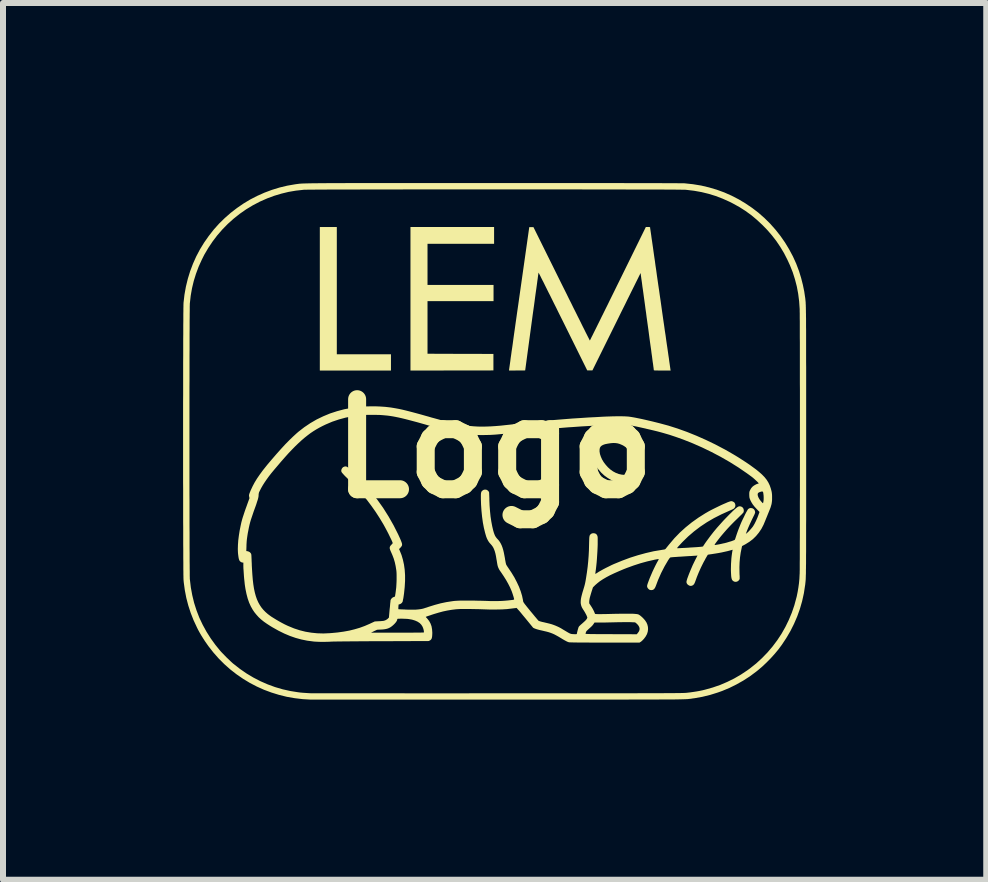
<source format=kicad_pcb>
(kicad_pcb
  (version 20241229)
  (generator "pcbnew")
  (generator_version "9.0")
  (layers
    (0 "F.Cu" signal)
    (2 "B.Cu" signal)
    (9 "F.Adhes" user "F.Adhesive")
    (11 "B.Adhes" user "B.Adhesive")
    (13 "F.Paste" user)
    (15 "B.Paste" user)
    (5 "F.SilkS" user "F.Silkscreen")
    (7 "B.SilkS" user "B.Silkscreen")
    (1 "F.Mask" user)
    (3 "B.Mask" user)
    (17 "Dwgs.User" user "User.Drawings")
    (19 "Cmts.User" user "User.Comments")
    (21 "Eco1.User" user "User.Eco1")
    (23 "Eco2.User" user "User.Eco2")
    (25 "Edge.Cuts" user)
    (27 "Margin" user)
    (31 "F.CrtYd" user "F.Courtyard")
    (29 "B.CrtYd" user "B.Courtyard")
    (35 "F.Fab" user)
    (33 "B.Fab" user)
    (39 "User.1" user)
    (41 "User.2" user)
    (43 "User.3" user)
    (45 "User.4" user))
  (footprint "Logo"
    (layer "F.Cu")
    (at 5.185 4.422)
    (property "Reference" "Logo" (at 0 0 0) (layer "F.SilkS") (effects (font (size 1.5 1.5) (thickness 0.3))))
    (attr board_only exclude_from_pos_files exclude_from_bom)
    (fp_poly (pts (xy -2.624 -2.63) (xy -2.624 -1.57) (xy -2.173 -1.57) (xy -1.722 -1.57) (xy -1.722 -1.435) (xy -1.722 -1.299) (xy -2.315 -1.299) (xy -2.907 -1.299) (xy -2.907 -2.495) (xy -2.907 -3.69) (xy -2.766 -3.69) (xy -2.624 -3.69)) (stroke (width 0) (type solid)) (fill yes) (layer "F.SilkS"))
    (fp_poly (pts (xy -0.004 -3.551) (xy -0.004 -3.411) (xy -0.559 -3.411) (xy -1.113 -3.411) (xy -1.113 -3.068) (xy -1.113 -2.725) (xy -0.563 -2.725) (xy -0.013 -2.725) (xy -0.013 -2.59) (xy -0.013 -2.455) (xy -0.563 -2.455) (xy -1.113 -2.455) (xy -1.113 -2.017) (xy -1.113 -1.579) (xy -0.564 -1.577) (xy -0.015 -1.576) (xy -0.015 -1.439) (xy -0.015 -1.301) (xy -0.706 -1.3) (xy -1.397 -1.299) (xy -1.397 -2.495) (xy -1.397 -3.69) (xy -0.7 -3.69) (xy -0.004 -3.69)) (stroke (width 0) (type solid)) (fill yes) (layer "F.SilkS"))
    (fp_poly (pts (xy 2.043 -0.231) (xy 2.075 -0.226) (xy 2.134 -0.21) (xy 2.19 -0.187) (xy 2.244 -0.156) (xy 2.297 -0.117) (xy 2.307 -0.108) (xy 2.329 -0.088) (xy 2.345 -0.07) (xy 2.354 -0.054) (xy 2.359 -0.037) (xy 2.36 -0.032) (xy 2.358 -0.011) (xy 2.35 0.009) (xy 2.335 0.025) (xy 2.317 0.037) (xy 2.296 0.042) (xy 2.293 0.042) (xy 2.279 0.041) (xy 2.267 0.038) (xy 2.254 0.031) (xy 2.239 0.02) (xy 2.224 0.007) (xy 2.199 -0.015) (xy 2.176 -0.031) (xy 2.155 -0.045) (xy 2.131 -0.058) (xy 2.119 -0.063) (xy 2.086 -0.077) (xy 2.053 -0.086) (xy 2.019 -0.091) (xy 1.982 -0.092) (xy 1.941 -0.089) (xy 1.895 -0.082) (xy 1.883 -0.08) (xy 1.844 -0.072) (xy 1.813 -0.061) (xy 1.789 -0.048) (xy 1.772 -0.033) (xy 1.76 -0.014) (xy 1.754 0.01) (xy 1.753 0.038) (xy 1.753 0.049) (xy 1.76 0.092) (xy 1.775 0.137) (xy 1.795 0.182) (xy 1.822 0.227) (xy 1.854 0.269) (xy 1.89 0.31) (xy 1.929 0.346) (xy 1.972 0.377) (xy 1.978 0.381) (xy 2.025 0.406) (xy 2.072 0.424) (xy 2.122 0.435) (xy 2.175 0.44) (xy 2.191 0.44) (xy 2.216 0.441) (xy 2.236 0.442) (xy 2.25 0.446) (xy 2.26 0.452) (xy 2.269 0.461) (xy 2.272 0.464) (xy 2.284 0.484) (xy 2.287 0.507) (xy 2.284 0.528) (xy 2.274 0.548) (xy 2.258 0.564) (xy 2.245 0.572) (xy 2.231 0.576) (xy 2.211 0.578) (xy 2.186 0.58) (xy 2.158 0.58) (xy 2.13 0.578) (xy 2.102 0.576) (xy 2.078 0.572) (xy 2.078 0.572) (xy 2.04 0.562) (xy 2.006 0.551) (xy 1.972 0.537) (xy 1.947 0.525) (xy 1.888 0.49) (xy 1.833 0.45) (xy 1.783 0.404) (xy 1.737 0.351) (xy 1.709 0.312) (xy 1.69 0.282) (xy 1.671 0.247) (xy 1.654 0.211) (xy 1.639 0.175) (xy 1.628 0.143) (xy 1.627 0.142) (xy 1.617 0.096) (xy 1.612 0.05) (xy 1.612 0.006) (xy 1.618 -0.035) (xy 1.621 -0.046) (xy 1.635 -0.083) (xy 1.657 -0.116) (xy 1.685 -0.145) (xy 1.72 -0.171) (xy 1.76 -0.192) (xy 1.804 -0.207) (xy 1.829 -0.213) (xy 1.89 -0.224) (xy 1.946 -0.231) (xy 1.998 -0.233)) (stroke (width 0) (type solid)) (fill yes) (layer "F.SilkS"))
    (fp_poly (pts (xy 2.575 -3.69) (xy 2.587 -3.689) (xy 2.594 -3.688) (xy 2.594 -3.688) (xy 2.595 -3.683) (xy 2.596 -3.671) (xy 2.599 -3.651) (xy 2.603 -3.624) (xy 2.608 -3.59) (xy 2.614 -3.549) (xy 2.62 -3.503) (xy 2.628 -3.451) (xy 2.636 -3.395) (xy 2.645 -3.333) (xy 2.654 -3.267) (xy 2.664 -3.197) (xy 2.675 -3.124) (xy 2.685 -3.048) (xy 2.697 -2.969) (xy 2.708 -2.887) (xy 2.72 -2.804) (xy 2.732 -2.72) (xy 2.745 -2.634) (xy 2.757 -2.548) (xy 2.77 -2.461) (xy 2.782 -2.375) (xy 2.794 -2.289) (xy 2.806 -2.205) (xy 2.818 -2.121) (xy 2.83 -2.04) (xy 2.841 -1.96) (xy 2.853 -1.884) (xy 2.863 -1.81) (xy 2.873 -1.74) (xy 2.883 -1.674) (xy 2.892 -1.611) (xy 2.9 -1.554) (xy 2.908 -1.502) (xy 2.914 -1.455) (xy 2.92 -1.414) (xy 2.925 -1.379) (xy 2.929 -1.351) (xy 2.932 -1.33) (xy 2.934 -1.316) (xy 2.935 -1.311) (xy 2.935 -1.311) (xy 2.938 -1.299) (xy 2.798 -1.299) (xy 2.755 -1.299) (xy 2.721 -1.3) (xy 2.694 -1.3) (xy 2.675 -1.301) (xy 2.663 -1.302) (xy 2.658 -1.303) (xy 2.658 -1.304) (xy 2.657 -1.308) (xy 2.655 -1.321) (xy 2.653 -1.341) (xy 2.649 -1.368) (xy 2.645 -1.401) (xy 2.639 -1.44) (xy 2.633 -1.485) (xy 2.627 -1.534) (xy 2.619 -1.588) (xy 2.612 -1.645) (xy 2.603 -1.707) (xy 2.594 -1.771) (xy 2.585 -1.837) (xy 2.576 -1.906) (xy 2.567 -1.975) (xy 2.557 -2.046) (xy 2.547 -2.118) (xy 2.537 -2.189) (xy 2.528 -2.26) (xy 2.518 -2.329) (xy 2.509 -2.398) (xy 2.5 -2.464) (xy 2.491 -2.528) (xy 2.483 -2.588) (xy 2.475 -2.646) (xy 2.467 -2.699) (xy 2.461 -2.748) (xy 2.455 -2.791) (xy 2.449 -2.83) (xy 2.445 -2.862) (xy 2.441 -2.888) (xy 2.439 -2.907) (xy 2.437 -2.919) (xy 2.436 -2.923) (xy 2.434 -2.919) (xy 2.429 -2.908) (xy 2.42 -2.89) (xy 2.408 -2.866) (xy 2.393 -2.835) (xy 2.375 -2.799) (xy 2.354 -2.757) (xy 2.331 -2.71) (xy 2.305 -2.658) (xy 2.277 -2.602) (xy 2.247 -2.541) (xy 2.215 -2.477) (xy 2.182 -2.409) (xy 2.147 -2.339) (xy 2.11 -2.265) (xy 2.073 -2.189) (xy 2.035 -2.112) (xy 1.634 -1.301) (xy 1.591 -1.301) (xy 1.548 -1.301) (xy 1.144 -2.117) (xy 1.105 -2.195) (xy 1.067 -2.271) (xy 1.031 -2.345) (xy 0.995 -2.416) (xy 0.962 -2.483) (xy 0.93 -2.548) (xy 0.899 -2.608) (xy 0.871 -2.665) (xy 0.845 -2.717) (xy 0.822 -2.764) (xy 0.8 -2.806) (xy 0.782 -2.842) (xy 0.767 -2.873) (xy 0.754 -2.898) (xy 0.745 -2.915) (xy 0.739 -2.927) (xy 0.737 -2.93) (xy 0.737 -2.93) (xy 0.736 -2.926) (xy 0.734 -2.914) (xy 0.731 -2.894) (xy 0.727 -2.867) (xy 0.723 -2.833) (xy 0.717 -2.793) (xy 0.711 -2.746) (xy 0.704 -2.695) (xy 0.696 -2.638) (xy 0.687 -2.576) (xy 0.678 -2.51) (xy 0.669 -2.44) (xy 0.659 -2.367) (xy 0.648 -2.29) (xy 0.637 -2.211) (xy 0.626 -2.129) (xy 0.624 -2.115) (xy 0.514 -1.301) (xy 0.38 -1.3) (xy 0.245 -1.299) (xy 0.246 -1.311) (xy 0.246 -1.316) (xy 0.248 -1.329) (xy 0.251 -1.35) (xy 0.255 -1.378) (xy 0.26 -1.413) (xy 0.266 -1.455) (xy 0.272 -1.504) (xy 0.28 -1.558) (xy 0.288 -1.618) (xy 0.298 -1.683) (xy 0.308 -1.754) (xy 0.318 -1.829) (xy 0.329 -1.908) (xy 0.341 -1.991) (xy 0.353 -2.078) (xy 0.366 -2.168) (xy 0.379 -2.261) (xy 0.393 -2.357) (xy 0.407 -2.455) (xy 0.414 -2.505) (xy 0.582 -3.688) (xy 0.617 -3.688) (xy 0.652 -3.688) (xy 1.12 -2.743) (xy 1.162 -2.659) (xy 1.203 -2.577) (xy 1.242 -2.497) (xy 1.281 -2.42) (xy 1.317 -2.346) (xy 1.353 -2.275) (xy 1.386 -2.208) (xy 1.418 -2.145) (xy 1.447 -2.086) (xy 1.474 -2.031) (xy 1.499 -1.982) (xy 1.521 -1.937) (xy 1.541 -1.898) (xy 1.557 -1.866) (xy 1.571 -1.839) (xy 1.581 -1.819) (xy 1.588 -1.805) (xy 1.591 -1.799) (xy 1.591 -1.799) (xy 1.593 -1.802) (xy 1.599 -1.813) (xy 1.608 -1.831) (xy 1.62 -1.856) (xy 1.636 -1.887) (xy 1.654 -1.924) (xy 1.675 -1.966) (xy 1.699 -2.014) (xy 1.725 -2.067) (xy 1.754 -2.125) (xy 1.784 -2.187) (xy 1.817 -2.253) (xy 1.851 -2.322) (xy 1.888 -2.396) (xy 1.925 -2.472) (xy 1.964 -2.551) (xy 2.004 -2.632) (xy 2.045 -2.716) (xy 2.059 -2.744) (xy 2.524 -3.69) (xy 2.559 -3.69)) (stroke (width 0) (type solid)) (fill yes) (layer "F.SilkS"))
    (fp_poly (pts (xy 0.222 -4.422) (xy 0.434 -4.422) (xy 0.638 -4.422) (xy 0.834 -4.422) (xy 1.023 -4.422) (xy 1.204 -4.422) (xy 1.378 -4.422) (xy 1.543 -4.422) (xy 1.701 -4.422) (xy 1.851 -4.422) (xy 1.993 -4.422) (xy 2.127 -4.422) (xy 2.254 -4.421) (xy 2.372 -4.421) (xy 2.482 -4.421) (xy 2.585 -4.421) (xy 2.679 -4.421) (xy 2.765 -4.421) (xy 2.843 -4.42) (xy 2.913 -4.42) (xy 2.975 -4.42) (xy 3.028 -4.42) (xy 3.073 -4.419) (xy 3.11 -4.419) (xy 3.138 -4.419) (xy 3.158 -4.419) (xy 3.17 -4.418) (xy 3.172 -4.418) (xy 3.31 -4.403) (xy 3.445 -4.381) (xy 3.576 -4.35) (xy 3.705 -4.312) (xy 3.831 -4.266) (xy 3.953 -4.212) (xy 4.073 -4.15) (xy 4.183 -4.084) (xy 4.294 -4.009) (xy 4.4 -3.928) (xy 4.5 -3.84) (xy 4.595 -3.746) (xy 4.683 -3.647) (xy 4.766 -3.542) (xy 4.842 -3.433) (xy 4.911 -3.319) (xy 4.974 -3.201) (xy 5.029 -3.08) (xy 5.076 -2.955) (xy 5.077 -2.952) (xy 5.111 -2.841) (xy 5.14 -2.728) (xy 5.163 -2.616) (xy 5.177 -2.52) (xy 5.179 -2.51) (xy 5.18 -2.501) (xy 5.181 -2.491) (xy 5.182 -2.482) (xy 5.183 -2.473) (xy 5.184 -2.463) (xy 5.185 -2.453) (xy 5.186 -2.442) (xy 5.187 -2.43) (xy 5.187 -2.416) (xy 5.188 -2.402) (xy 5.189 -2.385) (xy 5.189 -2.366) (xy 5.19 -2.346) (xy 5.19 -2.323) (xy 5.191 -2.297) (xy 5.191 -2.268) (xy 5.192 -2.237) (xy 5.192 -2.202) (xy 5.193 -2.164) (xy 5.193 -2.122) (xy 5.193 -2.076) (xy 5.193 -2.025) (xy 5.194 -1.971) (xy 5.194 -1.912) (xy 5.194 -1.848) (xy 5.194 -1.778) (xy 5.194 -1.704) (xy 5.194 -1.624) (xy 5.194 -1.538) (xy 5.194 -1.447) (xy 5.195 -1.349) (xy 5.195 -1.245) (xy 5.195 -1.134) (xy 5.195 -1.016) (xy 5.195 -0.891) (xy 5.195 -0.759) (xy 5.195 -0.62) (xy 5.195 -0.472) (xy 5.195 -0.317) (xy 5.195 -0.153) (xy 5.195 -0.121) (xy 5.195 0.045) (xy 5.195 0.201) (xy 5.195 0.35) (xy 5.195 0.492) (xy 5.195 0.625) (xy 5.195 0.751) (xy 5.195 0.87) (xy 5.195 0.983) (xy 5.195 1.088) (xy 5.195 1.187) (xy 5.194 1.28) (xy 5.194 1.367) (xy 5.194 1.448) (xy 5.194 1.523) (xy 5.194 1.593) (xy 5.194 1.658) (xy 5.194 1.719) (xy 5.193 1.774) (xy 5.193 1.825) (xy 5.193 1.872) (xy 5.193 1.915) (xy 5.192 1.954) (xy 5.192 1.989) (xy 5.191 2.022) (xy 5.191 2.051) (xy 5.191 2.077) (xy 5.19 2.1) (xy 5.189 2.121) (xy 5.189 2.14) (xy 5.188 2.157) (xy 5.188 2.173) (xy 5.187 2.186) (xy 5.186 2.199) (xy 5.185 2.21) (xy 5.184 2.22) (xy 5.183 2.23) (xy 5.182 2.239) (xy 5.181 2.248) (xy 5.18 2.258) (xy 5.179 2.267) (xy 5.178 2.277) (xy 5.177 2.279) (xy 5.157 2.411) (xy 5.128 2.542) (xy 5.091 2.671) (xy 5.046 2.797) (xy 4.993 2.92) (xy 4.933 3.04) (xy 4.865 3.156) (xy 4.791 3.268) (xy 4.73 3.35) (xy 4.67 3.422) (xy 4.605 3.494) (xy 4.535 3.565) (xy 4.463 3.633) (xy 4.39 3.695) (xy 4.361 3.718) (xy 4.256 3.796) (xy 4.146 3.867) (xy 4.032 3.931) (xy 3.915 3.989) (xy 3.795 4.039) (xy 3.722 4.065) (xy 3.594 4.105) (xy 3.467 4.136) (xy 3.34 4.159) (xy 3.301 4.164) (xy 3.292 4.166) (xy 3.284 4.167) (xy 3.277 4.168) (xy 3.27 4.169) (xy 3.263 4.17) (xy 3.256 4.171) (xy 3.248 4.171) (xy 3.24 4.172) (xy 3.232 4.173) (xy 3.222 4.174) (xy 3.212 4.175) (xy 3.2 4.175) (xy 3.187 4.176) (xy 3.172 4.176) (xy 3.155 4.177) (xy 3.137 4.177) (xy 3.116 4.178) (xy 3.093 4.178) (xy 3.067 4.179) (xy 3.039 4.179) (xy 3.008 4.18) (xy 2.973 4.18) (xy 2.936 4.18) (xy 2.895 4.181) (xy 2.85 4.181) (xy 2.801 4.181) (xy 2.749 4.181) (xy 2.692 4.182) (xy 2.63 4.182) (xy 2.564 4.182) (xy 2.494 4.182) (xy 2.418 4.182) (xy 2.337 4.182) (xy 2.251 4.182) (xy 2.159 4.183) (xy 2.062 4.183) (xy 1.959 4.183) (xy 1.849 4.183) (xy 1.733 4.183) (xy 1.611 4.183) (xy 1.482 4.183) (xy 1.347 4.183) (xy 1.204 4.183) (xy 1.054 4.183) (xy 0.897 4.183) (xy 0.732 4.183) (xy 0.559 4.183) (xy 0.378 4.183) (xy 0.189 4.183) (xy 0.063 4.183) (xy -0.098 4.183) (xy -0.257 4.183) (xy -0.414 4.183) (xy -0.569 4.183) (xy -0.721 4.183) (xy -0.871 4.183) (xy -1.017 4.183) (xy -1.16 4.183) (xy -1.3 4.183) (xy -1.435 4.183) (xy -1.567 4.183) (xy -1.695 4.183) (xy -1.819 4.183) (xy -1.938 4.183) (xy -2.052 4.183) (xy -2.161 4.183) (xy -2.265 4.183) (xy -2.364 4.183) (xy -2.457 4.183) (xy -2.544 4.183) (xy -2.625 4.183) (xy -2.7 4.183) (xy -2.768 4.183) (xy -2.83 4.183) (xy -2.885 4.183) (xy -2.933 4.183) (xy -2.973 4.183) (xy -3.006 4.183) (xy -3.031 4.183) (xy -3.048 4.183) (xy -3.057 4.183) (xy -3.058 4.183) (xy -3.193 4.175) (xy -3.326 4.159) (xy -3.458 4.136) (xy -3.587 4.104) (xy -3.713 4.065) (xy -3.837 4.019) (xy -3.957 3.965) (xy -4.074 3.904) (xy -4.186 3.836) (xy -4.295 3.761) (xy -4.399 3.68) (xy -4.498 3.592) (xy -4.592 3.498) (xy -4.681 3.397) (xy -4.764 3.291) (xy -4.822 3.208) (xy -4.856 3.155) (xy -4.886 3.107) (xy -4.913 3.06) (xy -4.938 3.014) (xy -4.954 2.981) (xy -5.01 2.861) (xy -5.058 2.739) (xy -5.098 2.616) (xy -5.131 2.49) (xy -5.156 2.361) (xy -5.174 2.228) (xy -5.178 2.184) (xy -5.178 2.174) (xy -5.179 2.156) (xy -5.179 2.13) (xy -5.18 2.096) (xy -5.18 2.055) (xy -5.181 2.008) (xy -5.181 1.954) (xy -5.181 1.893) (xy -5.182 1.826) (xy -5.182 1.754) (xy -5.182 1.676) (xy -5.183 1.594) (xy -5.183 1.506) (xy -5.183 1.414) (xy -5.183 1.318) (xy -5.184 1.218) (xy -5.184 1.114) (xy -5.184 1.007) (xy -5.184 0.898) (xy -5.184 0.785) (xy -5.184 0.671) (xy -5.185 0.554) (xy -5.185 0.435) (xy -5.185 0.315) (xy -5.185 0.194) (xy -5.185 0.073) (xy -5.185 -0.05) (xy -5.185 -0.066) (xy -5.079 -0.066) (xy -5.079 0.056) (xy -5.079 0.178) (xy -5.079 0.299) (xy -5.079 0.419) (xy -5.079 0.537) (xy -5.079 0.654) (xy -5.079 0.769) (xy -5.078 0.882) (xy -5.078 0.992) (xy -5.078 1.099) (xy -5.078 1.203) (xy -5.078 1.303) (xy -5.077 1.4) (xy -5.077 1.492) (xy -5.077 1.58) (xy -5.077 1.664) (xy -5.076 1.742) (xy -5.076 1.815) (xy -5.076 1.882) (xy -5.075 1.943) (xy -5.075 1.998) (xy -5.074 2.047) (xy -5.074 2.088) (xy -5.074 2.122) (xy -5.073 2.149) (xy -5.073 2.168) (xy -5.072 2.179) (xy -5.072 2.179) (xy -5.056 2.314) (xy -5.032 2.444) (xy -5.001 2.572) (xy -4.961 2.697) (xy -4.914 2.819) (xy -4.858 2.937) (xy -4.795 3.052) (xy -4.724 3.164) (xy -4.646 3.272) (xy -4.571 3.364) (xy -4.549 3.389) (xy -4.522 3.417) (xy -4.492 3.448) (xy -4.461 3.48) (xy -4.428 3.511) (xy -4.397 3.541) (xy -4.369 3.567) (xy -4.345 3.588) (xy -4.344 3.588) (xy -4.237 3.672) (xy -4.127 3.748) (xy -4.013 3.816) (xy -3.897 3.876) (xy -3.776 3.929) (xy -3.653 3.974) (xy -3.527 4.011) (xy -3.397 4.04) (xy -3.271 4.06) (xy -3.233 4.065) (xy -3.189 4.069) (xy -3.143 4.072) (xy -3.098 4.075) (xy -3.057 4.077) (xy -3.053 4.077) (xy -3.047 4.077) (xy -3.032 4.077) (xy -3.009 4.077) (xy -2.978 4.077) (xy -2.94 4.077) (xy -2.894 4.077) (xy -2.841 4.077) (xy -2.781 4.077) (xy -2.714 4.077) (xy -2.641 4.077) (xy -2.562 4.077) (xy -2.476 4.077) (xy -2.385 4.077) (xy -2.288 4.077) (xy -2.185 4.077) (xy -2.077 4.077) (xy -1.964 4.077) (xy -1.847 4.077) (xy -1.724 4.077) (xy -1.598 4.077) (xy -1.467 4.078) (xy -1.332 4.078) (xy -1.193 4.078) (xy -1.051 4.078) (xy -0.906 4.078) (xy -0.758 4.078) (xy -0.606 4.078) (xy -0.452 4.078) (xy -0.296 4.077) (xy -0.137 4.077) (xy 0.024 4.077) (xy 0.061 4.077) (xy 0.255 4.077) (xy 0.441 4.077) (xy 0.619 4.077) (xy 0.788 4.077) (xy 0.95 4.077) (xy 1.105 4.077) (xy 1.252 4.077) (xy 1.392 4.077) (xy 1.525 4.077) (xy 1.651 4.077) (xy 1.77 4.077) (xy 1.883 4.077) (xy 1.99 4.077) (xy 2.091 4.077) (xy 2.186 4.077) (xy 2.275 4.077) (xy 2.358 4.077) (xy 2.437 4.076) (xy 2.51 4.076) (xy 2.578 4.076) (xy 2.641 4.076) (xy 2.7 4.076) (xy 2.754 4.076) (xy 2.804 4.076) (xy 2.85 4.075) (xy 2.893 4.075) (xy 2.931 4.075) (xy 2.966 4.075) (xy 2.998 4.075) (xy 3.027 4.074) (xy 3.052 4.074) (xy 3.075 4.074) (xy 3.095 4.074) (xy 3.113 4.073) (xy 3.129 4.073) (xy 3.143 4.073) (xy 3.155 4.072) (xy 3.165 4.072) (xy 3.173 4.072) (xy 3.181 4.071) (xy 3.187 4.071) (xy 3.193 4.07) (xy 3.197 4.07) (xy 3.26 4.063) (xy 3.316 4.055) (xy 3.369 4.047) (xy 3.419 4.038) (xy 3.471 4.027) (xy 3.515 4.016) (xy 3.639 3.981) (xy 3.761 3.939) (xy 3.88 3.888) (xy 3.996 3.831) (xy 4.108 3.766) (xy 4.215 3.695) (xy 4.259 3.663) (xy 4.363 3.58) (xy 4.46 3.491) (xy 4.551 3.397) (xy 4.636 3.297) (xy 4.714 3.193) (xy 4.785 3.085) (xy 4.849 2.972) (xy 4.906 2.855) (xy 4.956 2.735) (xy 4.998 2.612) (xy 5.032 2.486) (xy 5.038 2.463) (xy 5.053 2.389) (xy 5.065 2.318) (xy 5.075 2.246) (xy 5.082 2.172) (xy 5.086 2.091) (xy 5.087 2.081) (xy 5.087 2.07) (xy 5.087 2.05) (xy 5.088 2.023) (xy 5.088 1.988) (xy 5.088 1.946) (xy 5.088 1.897) (xy 5.089 1.842) (xy 5.089 1.78) (xy 5.089 1.713) (xy 5.089 1.64) (xy 5.089 1.561) (xy 5.09 1.478) (xy 5.09 1.389) (xy 5.09 1.297) (xy 5.09 1.2) (xy 5.09 1.1) (xy 5.09 0.997) (xy 5.09 0.89) (xy 5.091 0.78) (xy 5.091 0.669) (xy 5.091 0.555) (xy 5.091 0.439) (xy 5.091 0.321) (xy 5.091 0.203) (xy 5.091 0.084) (xy 5.091 -0.036) (xy 5.091 -0.156) (xy 5.091 -0.276) (xy 5.091 -0.396) (xy 5.091 -0.515) (xy 5.091 -0.633) (xy 5.091 -0.749) (xy 5.091 -0.864) (xy 5.091 -0.977) (xy 5.09 -1.087) (xy 5.09 -1.195) (xy 5.09 -1.3) (xy 5.09 -1.402) (xy 5.09 -1.5) (xy 5.09 -1.594) (xy 5.09 -1.684) (xy 5.09 -1.769) (xy 5.089 -1.85) (xy 5.089 -1.925) (xy 5.089 -1.995) (xy 5.089 -2.059) (xy 5.089 -2.117) (xy 5.088 -2.169) (xy 5.088 -2.213) (xy 5.088 -2.251) (xy 5.087 -2.281) (xy 5.087 -2.304) (xy 5.087 -2.319) (xy 5.087 -2.322) (xy 5.078 -2.453) (xy 5.062 -2.578) (xy 5.039 -2.701) (xy 5.008 -2.82) (xy 4.971 -2.937) (xy 4.925 -3.052) (xy 4.882 -3.146) (xy 4.825 -3.257) (xy 4.763 -3.36) (xy 4.697 -3.458) (xy 4.624 -3.552) (xy 4.545 -3.643) (xy 4.468 -3.722) (xy 4.376 -3.808) (xy 4.282 -3.887) (xy 4.184 -3.958) (xy 4.082 -4.023) (xy 3.975 -4.082) (xy 3.918 -4.111) (xy 3.802 -4.163) (xy 3.687 -4.207) (xy 3.57 -4.243) (xy 3.451 -4.272) (xy 3.328 -4.294) (xy 3.202 -4.309) (xy 3.189 -4.31) (xy 3.18 -4.311) (xy 3.162 -4.311) (xy 3.137 -4.311) (xy 3.104 -4.312) (xy 3.064 -4.312) (xy 3.016 -4.313) (xy 2.962 -4.313) (xy 2.901 -4.313) (xy 2.833 -4.314) (xy 2.759 -4.314) (xy 2.68 -4.314) (xy 2.595 -4.314) (xy 2.504 -4.315) (xy 2.409 -4.315) (xy 2.308 -4.315) (xy 2.203 -4.315) (xy 2.094 -4.316) (xy 1.98 -4.316) (xy 1.863 -4.316) (xy 1.742 -4.316) (xy 1.618 -4.316) (xy 1.491 -4.316) (xy 1.361 -4.317) (xy 1.229 -4.317) (xy 1.094 -4.317) (xy 0.958 -4.317) (xy 0.819 -4.317) (xy 0.679 -4.317) (xy 0.538 -4.317) (xy 0.396 -4.317) (xy 0.254 -4.317) (xy 0.11 -4.317) (xy -0.033 -4.317) (xy -0.176 -4.317) (xy -0.319 -4.317) (xy -0.462 -4.317) (xy -0.603 -4.317) (xy -0.744 -4.317) (xy -0.883 -4.317) (xy -1.02 -4.317) (xy -1.156 -4.317) (xy -1.29 -4.317) (xy -1.421 -4.317) (xy -1.549 -4.316) (xy -1.675 -4.316) (xy -1.797 -4.316) (xy -1.916 -4.316) (xy -2.031 -4.316) (xy -2.142 -4.316) (xy -2.249 -4.315) (xy -2.352 -4.315) (xy -2.45 -4.315) (xy -2.543 -4.315) (xy -2.63 -4.314) (xy -2.713 -4.314) (xy -2.789 -4.314) (xy -2.859 -4.313) (xy -2.923 -4.313) (xy -2.981 -4.313) (xy -3.032 -4.312) (xy -3.076 -4.312) (xy -3.112 -4.312) (xy -3.141 -4.311) (xy -3.162 -4.311) (xy -3.175 -4.311) (xy -3.178 -4.31) (xy -3.306 -4.296) (xy -3.429 -4.275) (xy -3.548 -4.246) (xy -3.665 -4.211) (xy -3.781 -4.168) (xy -3.895 -4.118) (xy -3.908 -4.112) (xy -4.024 -4.051) (xy -4.135 -3.984) (xy -4.241 -3.91) (xy -4.343 -3.829) (xy -4.44 -3.742) (xy -4.531 -3.649) (xy -4.616 -3.551) (xy -4.694 -3.448) (xy -4.766 -3.34) (xy -4.832 -3.228) (xy -4.873 -3.146) (xy -4.926 -3.029) (xy -4.97 -2.911) (xy -5.007 -2.792) (xy -5.036 -2.671) (xy -5.058 -2.546) (xy -5.072 -2.421) (xy -5.073 -2.411) (xy -5.073 -2.393) (xy -5.074 -2.367) (xy -5.074 -2.334) (xy -5.074 -2.293) (xy -5.075 -2.245) (xy -5.075 -2.191) (xy -5.076 -2.13) (xy -5.076 -2.064) (xy -5.076 -1.992) (xy -5.077 -1.914) (xy -5.077 -1.831) (xy -5.077 -1.744) (xy -5.077 -1.652) (xy -5.078 -1.555) (xy -5.078 -1.455) (xy -5.078 -1.352) (xy -5.078 -1.245) (xy -5.078 -1.135) (xy -5.079 -1.023) (xy -5.079 -0.908) (xy -5.079 -0.791) (xy -5.079 -0.673) (xy -5.079 -0.553) (xy -5.079 -0.432) (xy -5.079 -0.311) (xy -5.079 -0.189) (xy -5.079 -0.066) (xy -5.185 -0.066) (xy -5.185 -0.172) (xy -5.185 -0.294) (xy -5.185 -0.416) (xy -5.185 -0.537) (xy -5.185 -0.657) (xy -5.185 -0.776) (xy -5.184 -0.893) (xy -5.184 -1.008) (xy -5.184 -1.121) (xy -5.184 -1.231) (xy -5.184 -1.338) (xy -5.184 -1.443) (xy -5.183 -1.543) (xy -5.183 -1.64) (xy -5.183 -1.733) (xy -5.183 -1.821) (xy -5.182 -1.905) (xy -5.182 -1.983) (xy -5.182 -2.056) (xy -5.181 -2.124) (xy -5.181 -2.185) (xy -5.181 -2.241) (xy -5.18 -2.289) (xy -5.18 -2.331) (xy -5.179 -2.366) (xy -5.179 -2.393) (xy -5.178 -2.412) (xy -5.178 -2.424) (xy -5.178 -2.425) (xy -5.162 -2.563) (xy -5.138 -2.697) (xy -5.106 -2.828) (xy -5.067 -2.955) (xy -5.02 -3.079) (xy -4.966 -3.2) (xy -4.903 -3.319) (xy -4.835 -3.43) (xy -4.758 -3.54) (xy -4.676 -3.645) (xy -4.587 -3.745) (xy -4.492 -3.838) (xy -4.393 -3.925) (xy -4.288 -4.006) (xy -4.179 -4.081) (xy -4.066 -4.149) (xy -3.949 -4.209) (xy -3.828 -4.263) (xy -3.705 -4.309) (xy -3.578 -4.348) (xy -3.449 -4.379) (xy -3.317 -4.402) (xy -3.303 -4.404) (xy -3.295 -4.405) (xy -3.287 -4.406) (xy -3.279 -4.407) (xy -3.272 -4.408) (xy -3.264 -4.409) (xy -3.257 -4.41) (xy -3.249 -4.411) (xy -3.24 -4.412) (xy -3.231 -4.412) (xy -3.221 -4.413) (xy -3.209 -4.414) (xy -3.197 -4.414) (xy -3.183 -4.415) (xy -3.167 -4.416) (xy -3.149 -4.416) (xy -3.129 -4.417) (xy -3.107 -4.417) (xy -3.083 -4.418) (xy -3.056 -4.418) (xy -3.026 -4.419) (xy -2.993 -4.419) (xy -2.957 -4.419) (xy -2.918 -4.42) (xy -2.875 -4.42) (xy -2.829 -4.42) (xy -2.778 -4.421) (xy -2.724 -4.421) (xy -2.665 -4.421) (xy -2.602 -4.421) (xy -2.534 -4.421) (xy -2.461 -4.422) (xy -2.383 -4.422) (xy -2.3 -4.422) (xy -2.212 -4.422) (xy -2.118 -4.422) (xy -2.018 -4.422) (xy -1.913 -4.422) (xy -1.801 -4.422) (xy -1.683 -4.422) (xy -1.558 -4.422) (xy -1.427 -4.422) (xy -1.289 -4.422) (xy -1.143 -4.422) (xy -0.991 -4.422) (xy -0.831 -4.422) (xy -0.664 -4.422) (xy -0.488 -4.422) (xy -0.305 -4.422) (xy -0.114 -4.422) (xy 0.003 -4.422)) (stroke (width 0) (type solid)) (fill yes) (layer "F.SilkS"))
    (fp_poly (pts (xy -1.954 -0.702) (xy -1.906 -0.7) (xy -1.86 -0.697) (xy -1.816 -0.694) (xy -1.773 -0.689) (xy -1.729 -0.684) (xy -1.685 -0.677) (xy -1.639 -0.669) (xy -1.59 -0.66) (xy -1.539 -0.649) (xy -1.484 -0.636) (xy -1.425 -0.621) (xy -1.36 -0.604) (xy -1.289 -0.585) (xy -1.212 -0.564) (xy -1.149 -0.546) (xy -1.095 -0.531) (xy -1.048 -0.517) (xy -1.007 -0.506) (xy -0.971 -0.496) (xy -0.941 -0.488) (xy -0.913 -0.48) (xy -0.888 -0.473) (xy -0.865 -0.467) (xy -0.843 -0.462) (xy -0.821 -0.456) (xy -0.798 -0.45) (xy -0.772 -0.444) (xy -0.766 -0.443) (xy -0.688 -0.424) (xy -0.614 -0.409) (xy -0.544 -0.395) (xy -0.475 -0.385) (xy -0.408 -0.376) (xy -0.342 -0.37) (xy -0.275 -0.366) (xy -0.206 -0.365) (xy -0.134 -0.366) (xy -0.059 -0.369) (xy 0.02 -0.374) (xy 0.105 -0.381) (xy 0.197 -0.391) (xy 0.281 -0.4) (xy 0.422 -0.417) (xy 0.555 -0.432) (xy 0.684 -0.446) (xy 0.81 -0.458) (xy 0.933 -0.47) (xy 1.055 -0.48) (xy 1.179 -0.49) (xy 1.304 -0.5) (xy 1.433 -0.508) (xy 1.567 -0.517) (xy 1.706 -0.524) (xy 1.79 -0.529) (xy 1.852 -0.532) (xy 1.912 -0.534) (xy 1.971 -0.536) (xy 2.028 -0.537) (xy 2.081 -0.537) (xy 2.129 -0.537) (xy 2.171 -0.536) (xy 2.208 -0.534) (xy 2.237 -0.532) (xy 2.243 -0.531) (xy 2.272 -0.527) (xy 2.309 -0.521) (xy 2.352 -0.513) (xy 2.401 -0.503) (xy 2.455 -0.492) (xy 2.513 -0.479) (xy 2.573 -0.465) (xy 2.637 -0.45) (xy 2.701 -0.434) (xy 2.749 -0.422) (xy 2.901 -0.381) (xy 3.055 -0.332) (xy 3.211 -0.276) (xy 3.367 -0.213) (xy 3.523 -0.144) (xy 3.677 -0.07) (xy 3.829 0.01) (xy 3.839 0.015) (xy 3.913 0.057) (xy 3.987 0.1) (xy 4.058 0.143) (xy 4.127 0.187) (xy 4.193 0.23) (xy 4.255 0.272) (xy 4.311 0.313) (xy 4.363 0.351) (xy 4.408 0.388) (xy 4.447 0.422) (xy 4.46 0.434) (xy 4.502 0.477) (xy 4.537 0.521) (xy 4.565 0.566) (xy 4.588 0.614) (xy 4.606 0.666) (xy 4.618 0.711) (xy 4.622 0.731) (xy 4.624 0.748) (xy 4.626 0.767) (xy 4.627 0.789) (xy 4.627 0.816) (xy 4.627 0.825) (xy 4.627 0.854) (xy 4.625 0.88) (xy 4.622 0.903) (xy 4.618 0.927) (xy 4.611 0.951) (xy 4.603 0.979) (xy 4.591 1.01) (xy 4.576 1.047) (xy 4.571 1.06) (xy 4.559 1.089) (xy 4.547 1.119) (xy 4.535 1.149) (xy 4.524 1.175) (xy 4.517 1.193) (xy 4.485 1.27) (xy 4.449 1.339) (xy 4.407 1.401) (xy 4.36 1.458) (xy 4.308 1.509) (xy 4.249 1.554) (xy 4.185 1.594) (xy 4.161 1.607) (xy 4.127 1.625) (xy 4.12 1.658) (xy 4.104 1.736) (xy 4.093 1.814) (xy 4.086 1.894) (xy 4.083 1.976) (xy 4.084 2.063) (xy 4.085 2.099) (xy 4.087 2.126) (xy 4.087 2.145) (xy 4.087 2.159) (xy 4.087 2.169) (xy 4.085 2.176) (xy 4.083 2.181) (xy 4.08 2.186) (xy 4.079 2.188) (xy 4.063 2.206) (xy 4.045 2.216) (xy 4.025 2.221) (xy 4.002 2.219) (xy 3.981 2.209) (xy 3.964 2.193) (xy 3.962 2.19) (xy 3.956 2.176) (xy 3.95 2.155) (xy 3.946 2.127) (xy 3.944 2.093) (xy 3.942 2.055) (xy 3.941 2.014) (xy 3.942 1.97) (xy 3.943 1.924) (xy 3.946 1.878) (xy 3.949 1.832) (xy 3.954 1.787) (xy 3.96 1.744) (xy 3.966 1.705) (xy 3.968 1.699) (xy 3.97 1.686) (xy 3.92 1.7) (xy 3.882 1.71) (xy 3.837 1.72) (xy 3.788 1.731) (xy 3.735 1.741) (xy 3.68 1.75) (xy 3.641 1.756) (xy 3.616 1.76) (xy 3.593 1.763) (xy 3.575 1.766) (xy 3.563 1.768) (xy 3.557 1.769) (xy 3.557 1.77) (xy 3.552 1.777) (xy 3.544 1.79) (xy 3.533 1.809) (xy 3.52 1.831) (xy 3.507 1.857) (xy 3.492 1.883) (xy 3.48 1.906) (xy 3.459 1.948) (xy 3.44 1.987) (xy 3.423 2.025) (xy 3.406 2.063) (xy 3.389 2.104) (xy 3.372 2.147) (xy 3.354 2.197) (xy 3.34 2.234) (xy 3.328 2.258) (xy 3.312 2.275) (xy 3.293 2.285) (xy 3.272 2.289) (xy 3.251 2.285) (xy 3.231 2.274) (xy 3.222 2.267) (xy 3.211 2.254) (xy 3.204 2.241) (xy 3.201 2.227) (xy 3.202 2.21) (xy 3.208 2.189) (xy 3.214 2.168) (xy 3.241 2.095) (xy 3.272 2.019) (xy 3.305 1.942) (xy 3.34 1.87) (xy 3.356 1.838) (xy 3.385 1.782) (xy 3.372 1.784) (xy 3.364 1.785) (xy 3.349 1.786) (xy 3.328 1.787) (xy 3.302 1.789) (xy 3.274 1.791) (xy 3.244 1.792) (xy 3.196 1.795) (xy 3.151 1.798) (xy 3.107 1.801) (xy 3.067 1.803) (xy 3.03 1.806) (xy 2.998 1.808) (xy 2.972 1.81) (xy 2.952 1.812) (xy 2.94 1.813) (xy 2.936 1.814) (xy 2.93 1.816) (xy 2.923 1.823) (xy 2.914 1.834) (xy 2.902 1.852) (xy 2.897 1.859) (xy 2.836 1.963) (xy 2.779 2.074) (xy 2.728 2.19) (xy 2.696 2.275) (xy 2.685 2.303) (xy 2.675 2.323) (xy 2.664 2.338) (xy 2.653 2.348) (xy 2.639 2.355) (xy 2.632 2.357) (xy 2.609 2.359) (xy 2.587 2.354) (xy 2.569 2.341) (xy 2.554 2.323) (xy 2.55 2.314) (xy 2.547 2.305) (xy 2.545 2.296) (xy 2.545 2.286) (xy 2.548 2.274) (xy 2.552 2.258) (xy 2.56 2.236) (xy 2.569 2.211) (xy 2.588 2.161) (xy 2.611 2.107) (xy 2.635 2.051) (xy 2.661 1.996) (xy 2.687 1.943) (xy 2.712 1.895) (xy 2.728 1.867) (xy 2.734 1.857) (xy 2.737 1.849) (xy 2.738 1.844) (xy 2.735 1.842) (xy 2.727 1.842) (xy 2.713 1.844) (xy 2.693 1.848) (xy 2.665 1.853) (xy 2.663 1.854) (xy 2.549 1.88) (xy 2.436 1.911) (xy 2.322 1.948) (xy 2.206 1.99) (xy 2.16 2.008) (xy 2.075 2.044) (xy 1.998 2.078) (xy 1.928 2.111) (xy 1.866 2.144) (xy 1.81 2.177) (xy 1.761 2.209) (xy 1.719 2.242) (xy 1.682 2.274) (xy 1.675 2.281) (xy 1.643 2.313) (xy 1.619 2.387) (xy 1.608 2.424) (xy 1.599 2.455) (xy 1.592 2.48) (xy 1.587 2.501) (xy 1.584 2.52) (xy 1.582 2.536) (xy 1.581 2.55) (xy 1.581 2.579) (xy 1.613 2.628) (xy 1.627 2.65) (xy 1.641 2.674) (xy 1.653 2.697) (xy 1.662 2.716) (xy 1.678 2.755) (xy 1.701 2.758) (xy 1.712 2.758) (xy 1.729 2.759) (xy 1.752 2.759) (xy 1.78 2.759) (xy 1.81 2.758) (xy 1.841 2.758) (xy 1.924 2.756) (xy 1.999 2.754) (xy 2.067 2.753) (xy 2.126 2.752) (xy 2.178 2.752) (xy 2.223 2.752) (xy 2.262 2.752) (xy 2.293 2.752) (xy 2.318 2.753) (xy 2.331 2.754) (xy 2.355 2.756) (xy 2.373 2.758) (xy 2.386 2.76) (xy 2.396 2.763) (xy 2.405 2.766) (xy 2.414 2.772) (xy 2.416 2.773) (xy 2.428 2.781) (xy 2.444 2.794) (xy 2.462 2.81) (xy 2.478 2.825) (xy 2.51 2.861) (xy 2.534 2.897) (xy 2.55 2.934) (xy 2.559 2.972) (xy 2.561 3.009) (xy 2.556 3.051) (xy 2.543 3.092) (xy 2.521 3.132) (xy 2.492 3.171) (xy 2.485 3.178) (xy 2.471 3.193) (xy 2.456 3.207) (xy 2.443 3.218) (xy 2.438 3.221) (xy 2.419 3.233) (xy 1.841 3.233) (xy 1.755 3.233) (xy 1.677 3.233) (xy 1.606 3.233) (xy 1.543 3.232) (xy 1.487 3.232) (xy 1.438 3.232) (xy 1.395 3.232) (xy 1.359 3.231) (xy 1.328 3.231) (xy 1.302 3.23) (xy 1.281 3.23) (xy 1.265 3.229) (xy 1.253 3.229) (xy 1.246 3.228) (xy 1.242 3.227) (xy 1.23 3.224) (xy 1.218 3.219) (xy 1.203 3.212) (xy 1.186 3.203) (xy 1.164 3.191) (xy 1.138 3.176) (xy 1.109 3.158) (xy 1.069 3.134) (xy 1.033 3.114) (xy 1.001 3.097) (xy 0.97 3.083) (xy 0.939 3.071) (xy 0.906 3.06) (xy 0.869 3.05) (xy 0.826 3.04) (xy 0.801 3.034) (xy 0.761 3.025) (xy 0.726 3.016) (xy 0.699 3.008) (xy 0.68 3.001) (xy 0.676 3) (xy 0.647 2.986) (xy 0.511 2.82) (xy 0.475 2.777) (xy 0.445 2.74) (xy 0.42 2.71) (xy 0.399 2.687) (xy 0.384 2.67) (xy 0.374 2.659) (xy 0.369 2.655) (xy 0.368 2.655) (xy 0.361 2.657) (xy 0.347 2.659) (xy 0.328 2.661) (xy 0.304 2.664) (xy 0.279 2.667) (xy 0.253 2.67) (xy 0.228 2.673) (xy 0.212 2.675) (xy 0.176 2.677) (xy 0.133 2.68) (xy 0.084 2.681) (xy 0.031 2.682) (xy -0.026 2.682) (xy -0.084 2.682) (xy -0.143 2.68) (xy -0.201 2.678) (xy -0.261 2.676) (xy -0.321 2.675) (xy -0.379 2.674) (xy -0.434 2.673) (xy -0.486 2.673) (xy -0.533 2.673) (xy -0.575 2.674) (xy -0.61 2.676) (xy -0.638 2.678) (xy -0.639 2.678) (xy -0.712 2.687) (xy -0.783 2.699) (xy -0.854 2.714) (xy -0.928 2.734) (xy -1.005 2.757) (xy -1.039 2.768) (xy -1.067 2.778) (xy -1.092 2.786) (xy -1.113 2.793) (xy -1.129 2.799) (xy -1.139 2.803) (xy -1.142 2.804) (xy -1.14 2.807) (xy -1.134 2.816) (xy -1.123 2.827) (xy -1.116 2.835) (xy -1.086 2.873) (xy -1.063 2.915) (xy -1.046 2.962) (xy -1.037 3.013) (xy -1.033 3.069) (xy -1.034 3.097) (xy -1.036 3.128) (xy -1.04 3.152) (xy -1.046 3.17) (xy -1.055 3.183) (xy -1.066 3.193) (xy -1.074 3.197) (xy -1.091 3.207) (xy -1.878 3.21) (xy -1.97 3.21) (xy -2.059 3.21) (xy -2.143 3.211) (xy -2.224 3.211) (xy -2.299 3.212) (xy -2.37 3.212) (xy -2.435 3.213) (xy -2.494 3.213) (xy -2.547 3.214) (xy -2.594 3.214) (xy -2.633 3.215) (xy -2.666 3.215) (xy -2.691 3.216) (xy -2.709 3.216) (xy -2.717 3.217) (xy -2.752 3.219) (xy -2.793 3.22) (xy -2.837 3.221) (xy -2.882 3.221) (xy -2.926 3.22) (xy -2.967 3.218) (xy -3.002 3.216) (xy -3.018 3.214) (xy -3.117 3.201) (xy -3.215 3.181) (xy -3.31 3.155) (xy -3.405 3.122) (xy -3.5 3.082) (xy -3.595 3.035) (xy -3.693 2.98) (xy -3.728 2.959) (xy -3.787 2.921) (xy -3.84 2.884) (xy -3.886 2.847) (xy -3.927 2.809) (xy -3.963 2.769) (xy -3.997 2.727) (xy -4.026 2.684) (xy -4.057 2.629) (xy -4.085 2.567) (xy -4.109 2.498) (xy -4.129 2.422) (xy -4.146 2.339) (xy -4.153 2.294) (xy -4.158 2.259) (xy -4.162 2.218) (xy -4.167 2.174) (xy -4.171 2.128) (xy -4.174 2.082) (xy -4.177 2.037) (xy -4.18 1.996) (xy -4.181 1.961) (xy -4.181 1.939) (xy -4.181 1.9) (xy -4.193 1.9) (xy -4.208 1.897) (xy -4.224 1.889) (xy -4.238 1.877) (xy -4.245 1.868) (xy -4.252 1.852) (xy -4.259 1.827) (xy -4.264 1.795) (xy -4.269 1.755) (xy -4.271 1.733) (xy -4.272 1.708) (xy -4.132 1.708) (xy -4.11 1.711) (xy -4.089 1.718) (xy -4.071 1.729) (xy -4.057 1.745) (xy -4.05 1.758) (xy -4.049 1.766) (xy -4.047 1.781) (xy -4.046 1.802) (xy -4.045 1.826) (xy -4.044 1.847) (xy -4.043 1.878) (xy -4.041 1.914) (xy -4.04 1.952) (xy -4.038 1.988) (xy -4.037 2.006) (xy -4.031 2.099) (xy -4.024 2.184) (xy -4.015 2.262) (xy -4.004 2.333) (xy -3.99 2.398) (xy -3.974 2.457) (xy -3.955 2.512) (xy -3.933 2.561) (xy -3.908 2.606) (xy -3.88 2.648) (xy -3.848 2.687) (xy -3.813 2.723) (xy -3.774 2.757) (xy -3.749 2.776) (xy -3.716 2.8) (xy -3.676 2.825) (xy -3.632 2.852) (xy -3.586 2.879) (xy -3.539 2.905) (xy -3.493 2.929) (xy -3.449 2.95) (xy -3.431 2.958) (xy -3.336 2.997) (xy -3.241 3.028) (xy -3.145 3.052) (xy -3.048 3.068) (xy -2.949 3.078) (xy -2.846 3.081) (xy -2.739 3.076) (xy -2.713 3.074) (xy -2.648 3.068) (xy -2.055 3.068) (xy -1.616 3.068) (xy -1.534 3.068) (xy -1.461 3.068) (xy -1.396 3.068) (xy -1.34 3.067) (xy -1.292 3.067) (xy -1.252 3.067) (xy -1.22 3.066) (xy -1.197 3.066) (xy -1.182 3.065) (xy -1.175 3.064) (xy -1.174 3.064) (xy -1.173 3.056) (xy -1.174 3.041) (xy -1.177 3.024) (xy -1.182 3.004) (xy -1.189 2.985) (xy -1.196 2.968) (xy -1.196 2.968) (xy -1.216 2.936) (xy -1.243 2.908) (xy -1.278 2.885) (xy -1.32 2.866) (xy -1.369 2.851) (xy -1.425 2.841) (xy -1.435 2.84) (xy -1.451 2.838) (xy -1.474 2.837) (xy -1.501 2.836) (xy -1.528 2.835) (xy -1.543 2.835) (xy -1.57 2.835) (xy -1.589 2.836) (xy -1.602 2.836) (xy -1.61 2.837) (xy -1.615 2.839) (xy -1.616 2.841) (xy -1.617 2.844) (xy -1.617 2.845) (xy -1.62 2.861) (xy -1.63 2.88) (xy -1.645 2.901) (xy -1.665 2.923) (xy -1.687 2.944) (xy -1.71 2.963) (xy -1.735 2.98) (xy -1.759 2.992) (xy -1.786 3.002) (xy -1.818 3.009) (xy -1.855 3.014) (xy -1.894 3.016) (xy -1.953 3.019) (xy -2.004 3.043) (xy -2.055 3.068) (xy -2.648 3.068) (xy -2.607 3.064) (xy -2.508 3.05) (xy -2.414 3.033) (xy -2.326 3.011) (xy -2.241 2.986) (xy -2.159 2.956) (xy -2.078 2.921) (xy -2.059 2.912) (xy -1.992 2.881) (xy -1.924 2.877) (xy -1.899 2.876) (xy -1.876 2.874) (xy -1.856 2.872) (xy -1.841 2.87) (xy -1.837 2.869) (xy -1.808 2.858) (xy -1.781 2.841) (xy -1.77 2.83) (xy -1.756 2.816) (xy -1.744 2.678) (xy -1.74 2.645) (xy -1.737 2.613) (xy -1.735 2.585) (xy -1.732 2.561) (xy -1.73 2.542) (xy -1.729 2.53) (xy -1.729 2.527) (xy -1.722 2.512) (xy -1.71 2.496) (xy -1.695 2.483) (xy -1.679 2.475) (xy -1.679 2.475) (xy -1.667 2.471) (xy -1.659 2.468) (xy -1.658 2.467) (xy -1.655 2.461) (xy -1.652 2.448) (xy -1.649 2.428) (xy -1.645 2.402) (xy -1.641 2.371) (xy -1.637 2.336) (xy -1.635 2.325) (xy -1.633 2.296) (xy -1.631 2.261) (xy -1.629 2.222) (xy -1.628 2.183) (xy -1.628 2.143) (xy -1.628 2.105) (xy -1.629 2.071) (xy -1.631 2.043) (xy -1.633 2.027) (xy -1.644 1.958) (xy -1.658 1.894) (xy -1.676 1.833) (xy -1.699 1.773) (xy -1.721 1.723) (xy -1.733 1.695) (xy -1.741 1.672) (xy -1.743 1.654) (xy -1.74 1.637) (xy -1.732 1.622) (xy -1.718 1.606) (xy -1.712 1.6) (xy -1.702 1.589) (xy -1.695 1.58) (xy -1.693 1.576) (xy -1.695 1.568) (xy -1.7 1.554) (xy -1.709 1.534) (xy -1.72 1.51) (xy -1.734 1.482) (xy -1.749 1.451) (xy -1.765 1.418) (xy -1.782 1.385) (xy -1.8 1.351) (xy -1.817 1.319) (xy -1.834 1.288) (xy -1.849 1.261) (xy -1.913 1.155) (xy -1.979 1.053) (xy -2.048 0.955) (xy -2.121 0.858) (xy -2.2 0.763) (xy -2.284 0.668) (xy -2.375 0.571) (xy -2.432 0.513) (xy -2.461 0.484) (xy -2.486 0.46) (xy -2.505 0.44) (xy -2.519 0.424) (xy -2.53 0.412) (xy -2.538 0.402) (xy -2.543 0.395) (xy -2.546 0.389) (xy -2.548 0.385) (xy -2.55 0.363) (xy -2.544 0.342) (xy -2.533 0.324) (xy -2.518 0.31) (xy -2.498 0.301) (xy -2.477 0.298) (xy -2.463 0.301) (xy -2.453 0.305) (xy -2.44 0.314) (xy -2.422 0.327) (xy -2.401 0.346) (xy -2.375 0.37) (xy -2.345 0.4) (xy -2.309 0.435) (xy -2.291 0.454) (xy -2.17 0.582) (xy -2.057 0.714) (xy -1.951 0.85) (xy -1.852 0.989) (xy -1.762 1.132) (xy -1.679 1.278) (xy -1.603 1.428) (xy -1.571 1.498) (xy -1.557 1.531) (xy -1.547 1.557) (xy -1.54 1.577) (xy -1.537 1.594) (xy -1.537 1.608) (xy -1.541 1.621) (xy -1.549 1.633) (xy -1.559 1.646) (xy -1.564 1.651) (xy -1.587 1.675) (xy -1.576 1.7) (xy -1.546 1.774) (xy -1.523 1.852) (xy -1.505 1.934) (xy -1.493 2.02) (xy -1.487 2.111) (xy -1.487 2.206) (xy -1.493 2.307) (xy -1.504 2.413) (xy -1.513 2.476) (xy -1.517 2.5) (xy -1.522 2.522) (xy -1.525 2.54) (xy -1.528 2.552) (xy -1.53 2.556) (xy -1.543 2.574) (xy -1.562 2.588) (xy -1.577 2.594) (xy -1.595 2.599) (xy -1.598 2.637) (xy -1.599 2.654) (xy -1.599 2.667) (xy -1.599 2.675) (xy -1.599 2.676) (xy -1.595 2.677) (xy -1.583 2.678) (xy -1.565 2.679) (xy -1.541 2.68) (xy -1.514 2.681) (xy -1.484 2.682) (xy -1.479 2.683) (xy -1.414 2.685) (xy -1.356 2.685) (xy -1.306 2.684) (xy -1.262 2.68) (xy -1.225 2.675) (xy -1.209 2.672) (xy -1.195 2.669) (xy -1.176 2.664) (xy -1.152 2.656) (xy -1.125 2.648) (xy -1.097 2.638) (xy -1.091 2.636) (xy -0.991 2.605) (xy -0.895 2.579) (xy -0.8 2.559) (xy -0.704 2.544) (xy -0.681 2.541) (xy -0.654 2.538) (xy -0.619 2.536) (xy -0.577 2.534) (xy -0.529 2.533) (xy -0.476 2.533) (xy -0.418 2.533) (xy -0.356 2.533) (xy -0.291 2.535) (xy -0.224 2.536) (xy -0.155 2.538) (xy -0.15 2.538) (xy -0.072 2.541) (xy -0.001 2.541) (xy 0.064 2.541) (xy 0.124 2.539) (xy 0.182 2.535) (xy 0.237 2.53) (xy 0.252 2.528) (xy 0.279 2.525) (xy 0.3 2.523) (xy 0.314 2.52) (xy 0.323 2.518) (xy 0.328 2.516) (xy 0.33 2.513) (xy 0.33 2.512) (xy 0.329 2.504) (xy 0.325 2.489) (xy 0.32 2.47) (xy 0.313 2.448) (xy 0.306 2.425) (xy 0.298 2.402) (xy 0.291 2.382) (xy 0.287 2.372) (xy 0.262 2.314) (xy 0.231 2.253) (xy 0.195 2.189) (xy 0.154 2.124) (xy 0.111 2.06) (xy 0.096 2.039) (xy 0.084 2.021) (xy 0.075 2.004) (xy 0.067 1.987) (xy 0.06 1.969) (xy 0.054 1.948) (xy 0.049 1.923) (xy 0.044 1.892) (xy 0.038 1.855) (xy 0.036 1.847) (xy 0.028 1.796) (xy 0.019 1.753) (xy 0.009 1.716) (xy -0.002 1.685) (xy -0.014 1.657) (xy -0.028 1.633) (xy -0.045 1.61) (xy -0.06 1.593) (xy -0.08 1.571) (xy -0.096 1.549) (xy -0.11 1.525) (xy -0.123 1.499) (xy -0.135 1.468) (xy -0.146 1.431) (xy -0.154 1.403) (xy -0.174 1.321) (xy -0.191 1.232) (xy -0.204 1.137) (xy -0.214 1.038) (xy -0.221 0.935) (xy -0.223 0.873) (xy -0.224 0.833) (xy -0.224 0.801) (xy -0.224 0.775) (xy -0.223 0.755) (xy -0.221 0.74) (xy -0.218 0.728) (xy -0.214 0.719) (xy -0.209 0.711) (xy -0.202 0.704) (xy -0.201 0.703) (xy -0.18 0.689) (xy -0.157 0.684) (xy -0.134 0.686) (xy -0.117 0.694) (xy -0.102 0.706) (xy -0.091 0.721) (xy -0.087 0.733) (xy -0.086 0.741) (xy -0.086 0.756) (xy -0.085 0.777) (xy -0.084 0.802) (xy -0.083 0.831) (xy -0.083 0.855) (xy -0.079 0.95) (xy -0.072 1.042) (xy -0.063 1.132) (xy -0.05 1.217) (xy -0.035 1.296) (xy -0.018 1.368) (xy -0.017 1.371) (xy -0.007 1.405) (xy 0.003 1.432) (xy 0.013 1.455) (xy 0.025 1.474) (xy 0.039 1.493) (xy 0.05 1.505) (xy 0.072 1.529) (xy 0.091 1.555) (xy 0.107 1.582) (xy 0.122 1.613) (xy 0.135 1.647) (xy 0.147 1.686) (xy 0.158 1.731) (xy 0.168 1.783) (xy 0.176 1.825) (xy 0.18 1.852) (xy 0.185 1.878) (xy 0.189 1.9) (xy 0.193 1.917) (xy 0.195 1.927) (xy 0.196 1.928) (xy 0.2 1.938) (xy 0.209 1.953) (xy 0.22 1.97) (xy 0.233 1.989) (xy 0.233 1.989) (xy 0.286 2.068) (xy 0.334 2.147) (xy 0.375 2.226) (xy 0.411 2.303) (xy 0.44 2.38) (xy 0.462 2.453) (xy 0.477 2.524) (xy 0.48 2.544) (xy 0.481 2.549) (xy 0.483 2.554) (xy 0.486 2.561) (xy 0.492 2.569) (xy 0.499 2.58) (xy 0.509 2.594) (xy 0.523 2.611) (xy 0.54 2.633) (xy 0.562 2.66) (xy 0.588 2.692) (xy 0.605 2.713) (xy 0.631 2.744) (xy 0.655 2.773) (xy 0.677 2.8) (xy 0.697 2.823) (xy 0.713 2.843) (xy 0.726 2.857) (xy 0.734 2.867) (xy 0.737 2.87) (xy 0.745 2.873) (xy 0.759 2.878) (xy 0.779 2.884) (xy 0.803 2.89) (xy 0.831 2.896) (xy 0.834 2.897) (xy 0.881 2.908) (xy 0.922 2.918) (xy 0.957 2.928) (xy 0.989 2.939) (xy 1.02 2.951) (xy 1.038 2.959) (xy 1.052 2.965) (xy 1.065 2.971) (xy 1.077 2.977) (xy 1.089 2.983) (xy 1.104 2.991) (xy 1.121 3.001) (xy 1.142 3.014) (xy 1.169 3.03) (xy 1.189 3.042) (xy 1.216 3.058) (xy 1.237 3.07) (xy 1.254 3.079) (xy 1.269 3.085) (xy 1.283 3.089) (xy 1.299 3.091) (xy 1.317 3.092) (xy 1.339 3.093) (xy 1.34 3.093) (xy 1.358 3.093) (xy 1.368 3.092) (xy 1.373 3.091) (xy 1.375 3.088) (xy 1.375 3.086) (xy 1.375 3.086) (xy 1.519 3.086) (xy 1.52 3.087) (xy 1.523 3.087) (xy 1.528 3.088) (xy 1.536 3.089) (xy 1.547 3.089) (xy 1.561 3.09) (xy 1.58 3.09) (xy 1.603 3.091) (xy 1.632 3.091) (xy 1.666 3.091) (xy 1.705 3.092) (xy 1.751 3.092) (xy 1.804 3.092) (xy 1.864 3.092) (xy 1.932 3.092) (xy 1.992 3.093) (xy 2.373 3.094) (xy 2.388 3.076) (xy 2.407 3.05) (xy 2.418 3.024) (xy 2.42 2.999) (xy 2.414 2.974) (xy 2.402 2.952) (xy 2.39 2.936) (xy 2.375 2.921) (xy 2.366 2.912) (xy 2.345 2.896) (xy 2.276 2.893) (xy 2.255 2.892) (xy 2.228 2.892) (xy 2.195 2.892) (xy 2.158 2.892) (xy 2.119 2.893) (xy 2.078 2.893) (xy 2.042 2.894) (xy 2 2.895) (xy 1.955 2.896) (xy 1.911 2.897) (xy 1.868 2.898) (xy 1.828 2.899) (xy 1.794 2.899) (xy 1.773 2.899) (xy 1.669 2.899) (xy 1.652 2.925) (xy 1.637 2.945) (xy 1.615 2.968) (xy 1.585 2.995) (xy 1.584 2.996) (xy 1.564 3.014) (xy 1.55 3.027) (xy 1.54 3.037) (xy 1.533 3.045) (xy 1.529 3.053) (xy 1.526 3.062) (xy 1.522 3.074) (xy 1.52 3.083) (xy 1.519 3.086) (xy 1.375 3.086) (xy 1.376 3.078) (xy 1.379 3.065) (xy 1.383 3.048) (xy 1.388 3.028) (xy 1.393 3.01) (xy 1.398 2.994) (xy 1.401 2.982) (xy 1.402 2.981) (xy 1.405 2.974) (xy 1.409 2.967) (xy 1.415 2.959) (xy 1.425 2.95) (xy 1.438 2.937) (xy 1.456 2.922) (xy 1.476 2.904) (xy 1.505 2.878) (xy 1.527 2.856) (xy 1.541 2.837) (xy 1.548 2.822) (xy 1.549 2.817) (xy 1.547 2.808) (xy 1.541 2.792) (xy 1.533 2.773) (xy 1.522 2.753) (xy 1.511 2.732) (xy 1.499 2.712) (xy 1.494 2.704) (xy 1.474 2.673) (xy 1.459 2.647) (xy 1.449 2.622) (xy 1.443 2.599) (xy 1.439 2.574) (xy 1.439 2.554) (xy 1.44 2.53) (xy 1.443 2.504) (xy 1.449 2.473) (xy 1.458 2.437) (xy 1.469 2.396) (xy 1.479 2.364) (xy 1.49 2.327) (xy 1.499 2.297) (xy 1.506 2.271) (xy 1.512 2.246) (xy 1.517 2.221) (xy 1.522 2.194) (xy 1.527 2.163) (xy 1.528 2.158) (xy 1.543 2.061) (xy 1.555 1.969) (xy 1.564 1.879) (xy 1.571 1.79) (xy 1.576 1.698) (xy 1.578 1.612) (xy 1.579 1.57) (xy 1.58 1.536) (xy 1.581 1.508) (xy 1.582 1.486) (xy 1.584 1.469) (xy 1.587 1.456) (xy 1.59 1.446) (xy 1.594 1.439) (xy 1.6 1.433) (xy 1.606 1.427) (xy 1.611 1.424) (xy 1.621 1.416) (xy 1.632 1.413) (xy 1.646 1.411) (xy 1.652 1.411) (xy 1.676 1.414) (xy 1.695 1.423) (xy 1.709 1.439) (xy 1.714 1.449) (xy 1.717 1.456) (xy 1.719 1.464) (xy 1.721 1.475) (xy 1.722 1.49) (xy 1.722 1.51) (xy 1.722 1.536) (xy 1.722 1.549) (xy 1.722 1.6) (xy 1.72 1.656) (xy 1.717 1.716) (xy 1.713 1.779) (xy 1.709 1.842) (xy 1.704 1.903) (xy 1.698 1.96) (xy 1.692 2.012) (xy 1.689 2.033) (xy 1.686 2.054) (xy 1.684 2.071) (xy 1.683 2.084) (xy 1.682 2.09) (xy 1.682 2.09) (xy 1.686 2.088) (xy 1.695 2.083) (xy 1.707 2.075) (xy 1.708 2.075) (xy 1.738 2.055) (xy 1.775 2.034) (xy 1.816 2.011) (xy 1.86 1.988) (xy 1.907 1.965) (xy 1.953 1.942) (xy 1.993 1.924) (xy 2.127 1.869) (xy 2.261 1.819) (xy 2.394 1.777) (xy 2.526 1.741) (xy 2.656 1.711) (xy 2.783 1.69) (xy 2.789 1.689) (xy 2.812 1.685) (xy 2.828 1.683) (xy 2.839 1.68) (xy 2.846 1.677) (xy 2.851 1.673) (xy 2.856 1.668) (xy 2.857 1.667) (xy 2.863 1.659) (xy 2.873 1.646) (xy 2.886 1.63) (xy 2.902 1.61) (xy 2.917 1.592) (xy 3 1.494) (xy 3.09 1.401) (xy 3.187 1.313) (xy 3.29 1.23) (xy 3.401 1.151) (xy 3.518 1.077) (xy 3.536 1.067) (xy 3.565 1.05) (xy 3.598 1.032) (xy 3.635 1.013) (xy 3.673 0.994) (xy 3.712 0.975) (xy 3.751 0.956) (xy 3.789 0.938) (xy 3.825 0.922) (xy 3.858 0.908) (xy 3.887 0.895) (xy 3.912 0.886) (xy 3.93 0.88) (xy 3.94 0.878) (xy 3.959 0.878) (xy 3.978 0.885) (xy 3.996 0.897) (xy 4.004 0.906) (xy 4.012 0.924) (xy 4.016 0.945) (xy 4.014 0.965) (xy 4.007 0.981) (xy 4 0.99) (xy 3.993 0.998) (xy 3.984 1.005) (xy 3.971 1.012) (xy 3.954 1.02) (xy 3.931 1.03) (xy 3.915 1.037) (xy 3.784 1.096) (xy 3.66 1.159) (xy 3.543 1.227) (xy 3.432 1.301) (xy 3.328 1.38) (xy 3.231 1.463) (xy 3.155 1.537) (xy 3.126 1.566) (xy 3.101 1.593) (xy 3.08 1.616) (xy 3.063 1.634) (xy 3.051 1.649) (xy 3.045 1.658) (xy 3.044 1.661) (xy 3.048 1.661) (xy 3.06 1.661) (xy 3.078 1.66) (xy 3.102 1.659) (xy 3.13 1.657) (xy 3.162 1.656) (xy 3.196 1.654) (xy 3.232 1.652) (xy 3.268 1.649) (xy 3.303 1.647) (xy 3.337 1.645) (xy 3.368 1.643) (xy 3.395 1.641) (xy 3.418 1.639) (xy 3.432 1.638) (xy 3.45 1.636) (xy 3.465 1.634) (xy 3.475 1.631) (xy 3.478 1.63) (xy 3.481 1.623) (xy 3.49 1.61) (xy 3.501 1.593) (xy 3.516 1.571) (xy 3.533 1.547) (xy 3.552 1.521) (xy 3.572 1.494) (xy 3.592 1.467) (xy 3.611 1.442) (xy 3.63 1.418) (xy 3.646 1.397) (xy 3.65 1.392) (xy 3.678 1.358) (xy 3.709 1.321) (xy 3.742 1.284) (xy 3.776 1.246) (xy 3.81 1.208) (xy 3.845 1.171) (xy 3.88 1.135) (xy 3.913 1.101) (xy 3.945 1.07) (xy 3.974 1.041) (xy 4.001 1.016) (xy 4.024 0.996) (xy 4.044 0.98) (xy 4.059 0.97) (xy 4.065 0.967) (xy 4.087 0.962) (xy 4.11 0.966) (xy 4.13 0.976) (xy 4.145 0.993) (xy 4.147 0.996) (xy 4.153 1.011) (xy 4.156 1.03) (xy 4.155 1.049) (xy 4.15 1.065) (xy 4.148 1.067) (xy 4.143 1.073) (xy 4.133 1.084) (xy 4.119 1.099) (xy 4.101 1.116) (xy 4.08 1.137) (xy 4.063 1.154) (xy 3.996 1.219) (xy 3.936 1.28) (xy 3.88 1.34) (xy 3.828 1.399) (xy 3.778 1.458) (xy 3.756 1.485) (xy 3.728 1.521) (xy 3.706 1.55) (xy 3.689 1.573) (xy 3.677 1.59) (xy 3.671 1.601) (xy 3.67 1.607) (xy 3.671 1.607) (xy 3.678 1.607) (xy 3.691 1.605) (xy 3.711 1.602) (xy 3.734 1.598) (xy 3.76 1.593) (xy 3.787 1.587) (xy 3.813 1.581) (xy 3.838 1.576) (xy 3.845 1.574) (xy 3.869 1.568) (xy 3.895 1.56) (xy 3.921 1.552) (xy 3.946 1.545) (xy 3.968 1.537) (xy 3.986 1.53) (xy 3.999 1.525) (xy 4.004 1.522) (xy 4.008 1.516) (xy 4.013 1.504) (xy 4.019 1.488) (xy 4.02 1.483) (xy 4.029 1.456) (xy 4.04 1.423) (xy 4.053 1.386) (xy 4.067 1.348) (xy 4.082 1.31) (xy 4.096 1.275) (xy 4.105 1.253) (xy 4.116 1.227) (xy 4.129 1.199) (xy 4.143 1.17) (xy 4.158 1.14) (xy 4.172 1.11) (xy 4.186 1.082) (xy 4.199 1.058) (xy 4.211 1.037) (xy 4.22 1.021) (xy 4.226 1.011) (xy 4.228 1.009) (xy 4.248 0.996) (xy 4.27 0.991) (xy 4.293 0.994) (xy 4.307 0.999) (xy 4.326 1.013) (xy 4.338 1.032) (xy 4.344 1.053) (xy 4.345 1.059) (xy 4.345 1.065) (xy 4.343 1.072) (xy 4.34 1.082) (xy 4.335 1.095) (xy 4.327 1.112) (xy 4.316 1.134) (xy 4.302 1.163) (xy 4.298 1.171) (xy 4.276 1.217) (xy 4.257 1.258) (xy 4.241 1.294) (xy 4.227 1.326) (xy 4.214 1.358) (xy 4.202 1.389) (xy 4.202 1.39) (xy 4.19 1.423) (xy 4.205 1.41) (xy 4.223 1.395) (xy 4.243 1.375) (xy 4.264 1.352) (xy 4.284 1.329) (xy 4.302 1.307) (xy 4.312 1.293) (xy 4.335 1.254) (xy 4.358 1.208) (xy 4.381 1.156) (xy 4.395 1.12) (xy 4.418 1.057) (xy 4.37 1.007) (xy 4.335 0.969) (xy 4.306 0.932) (xy 4.284 0.897) (xy 4.266 0.862) (xy 4.255 0.834) (xy 4.25 0.817) (xy 4.248 0.796) (xy 4.247 0.773) (xy 4.387 0.773) (xy 4.392 0.794) (xy 4.402 0.819) (xy 4.417 0.845) (xy 4.437 0.872) (xy 4.46 0.898) (xy 4.469 0.907) (xy 4.474 0.911) (xy 4.477 0.909) (xy 4.478 0.905) (xy 4.48 0.897) (xy 4.483 0.883) (xy 4.485 0.866) (xy 4.486 0.861) (xy 4.487 0.84) (xy 4.487 0.813) (xy 4.486 0.786) (xy 4.483 0.76) (xy 4.48 0.738) (xy 4.478 0.73) (xy 4.474 0.72) (xy 4.465 0.716) (xy 4.462 0.716) (xy 4.449 0.717) (xy 4.432 0.722) (xy 4.415 0.728) (xy 4.401 0.736) (xy 4.394 0.741) (xy 4.388 0.755) (xy 4.387 0.773) (xy 4.247 0.773) (xy 4.247 0.77) (xy 4.247 0.766) (xy 4.247 0.745) (xy 4.248 0.731) (xy 4.25 0.719) (xy 4.254 0.708) (xy 4.26 0.695) (xy 4.263 0.689) (xy 4.279 0.661) (xy 4.299 0.638) (xy 4.302 0.635) (xy 4.321 0.62) (xy 4.344 0.606) (xy 4.367 0.594) (xy 4.388 0.587) (xy 4.392 0.586) (xy 4.401 0.583) (xy 4.405 0.58) (xy 4.405 0.58) (xy 4.402 0.576) (xy 4.394 0.567) (xy 4.383 0.555) (xy 4.368 0.541) (xy 4.352 0.526) (xy 4.336 0.511) (xy 4.321 0.498) (xy 4.312 0.49) (xy 4.301 0.481) (xy 4.284 0.468) (xy 4.262 0.452) (xy 4.239 0.435) (xy 4.214 0.417) (xy 4.204 0.41) (xy 4.067 0.316) (xy 3.922 0.225) (xy 3.772 0.139) (xy 3.618 0.058) (xy 3.461 -0.018) (xy 3.302 -0.088) (xy 3.143 -0.151) (xy 3.07 -0.177) (xy 3.016 -0.196) (xy 2.965 -0.213) (xy 2.917 -0.229) (xy 2.869 -0.243) (xy 2.821 -0.257) (xy 2.771 -0.271) (xy 2.718 -0.285) (xy 2.661 -0.299) (xy 2.598 -0.314) (xy 2.528 -0.33) (xy 2.522 -0.332) (xy 2.463 -0.345) (xy 2.41 -0.357) (xy 2.364 -0.367) (xy 2.323 -0.375) (xy 2.287 -0.382) (xy 2.253 -0.387) (xy 2.222 -0.391) (xy 2.191 -0.394) (xy 2.161 -0.396) (xy 2.13 -0.397) (xy 2.097 -0.398) (xy 2.069 -0.398) (xy 2.039 -0.397) (xy 2.001 -0.397) (xy 1.956 -0.395) (xy 1.905 -0.393) (xy 1.849 -0.39) (xy 1.789 -0.388) (xy 1.724 -0.384) (xy 1.658 -0.38) (xy 1.589 -0.376) (xy 1.519 -0.372) (xy 1.448 -0.368) (xy 1.378 -0.363) (xy 1.309 -0.358) (xy 1.243 -0.354) (xy 1.179 -0.349) (xy 1.155 -0.347) (xy 1.071 -0.34) (xy 0.991 -0.333) (xy 0.915 -0.326) (xy 0.84 -0.32) (xy 0.767 -0.312) (xy 0.693 -0.305) (xy 0.616 -0.297) (xy 0.537 -0.288) (xy 0.452 -0.278) (xy 0.362 -0.268) (xy 0.303 -0.261) (xy 0.201 -0.249) (xy 0.107 -0.24) (xy 0.019 -0.232) (xy -0.064 -0.227) (xy -0.142 -0.225) (xy -0.217 -0.224) (xy -0.289 -0.226) (xy -0.36 -0.23) (xy -0.43 -0.237) (xy -0.501 -0.246) (xy -0.573 -0.257) (xy -0.647 -0.271) (xy -0.724 -0.288) (xy -0.789 -0.303) (xy -0.818 -0.31) (xy -0.846 -0.317) (xy -0.875 -0.324) (xy -0.904 -0.332) (xy -0.936 -0.34) (xy -0.971 -0.35) (xy -1.009 -0.36) (xy -1.053 -0.372) (xy -1.102 -0.386) (xy -1.157 -0.402) (xy -1.196 -0.413) (xy -1.277 -0.436) (xy -1.352 -0.456) (xy -1.42 -0.474) (xy -1.482 -0.49) (xy -1.539 -0.504) (xy -1.592 -0.516) (xy -1.641 -0.526) (xy -1.688 -0.535) (xy -1.732 -0.542) (xy -1.776 -0.548) (xy -1.819 -0.552) (xy -1.862 -0.556) (xy -1.906 -0.559) (xy -1.952 -0.56) (xy -1.989 -0.561) (xy -2.117 -0.561) (xy -2.24 -0.553) (xy -2.36 -0.537) (xy -2.476 -0.515) (xy -2.59 -0.484) (xy -2.7 -0.447) (xy -2.808 -0.401) (xy -2.862 -0.375) (xy -2.914 -0.348) (xy -2.965 -0.319) (xy -3.015 -0.288) (xy -3.064 -0.255) (xy -3.113 -0.218) (xy -3.162 -0.179) (xy -3.212 -0.136) (xy -3.263 -0.089) (xy -3.316 -0.038) (xy -3.371 0.018) (xy -3.429 0.079) (xy -3.489 0.146) (xy -3.553 0.219) (xy -3.621 0.299) (xy -3.667 0.353) (xy -3.715 0.411) (xy -3.757 0.465) (xy -3.793 0.515) (xy -3.826 0.563) (xy -3.856 0.61) (xy -3.883 0.657) (xy -3.902 0.694) (xy -3.912 0.714) (xy -3.919 0.728) (xy -3.923 0.741) (xy -3.925 0.754) (xy -3.927 0.769) (xy -3.927 0.781) (xy -3.928 0.791) (xy -3.929 0.802) (xy -3.931 0.813) (xy -3.934 0.825) (xy -3.937 0.839) (xy -3.942 0.856) (xy -3.949 0.876) (xy -3.957 0.901) (xy -3.966 0.93) (xy -3.978 0.964) (xy -3.993 1.005) (xy -4.01 1.052) (xy -4.021 1.085) (xy -4.039 1.138) (xy -4.055 1.185) (xy -4.068 1.23) (xy -4.079 1.273) (xy -4.089 1.318) (xy -4.098 1.365) (xy -4.107 1.41) (xy -4.113 1.448) (xy -4.118 1.482) (xy -4.122 1.512) (xy -4.125 1.542) (xy -4.127 1.572) (xy -4.129 1.605) (xy -4.129 1.623) (xy -4.132 1.708) (xy -4.272 1.708) (xy -4.273 1.673) (xy -4.271 1.605) (xy -4.266 1.532) (xy -4.256 1.453) (xy -4.243 1.369) (xy -4.225 1.28) (xy -4.214 1.229) (xy -4.208 1.207) (xy -4.2 1.177) (xy -4.189 1.141) (xy -4.175 1.099) (xy -4.16 1.053) (xy -4.143 1.004) (xy -4.124 0.952) (xy -4.116 0.929) (xy -4.079 0.827) (xy -4.084 0.803) (xy -4.086 0.793) (xy -4.087 0.783) (xy -4.086 0.773) (xy -4.083 0.76) (xy -4.078 0.745) (xy -4.07 0.725) (xy -4.06 0.7) (xy -4.054 0.687) (xy -4.026 0.627) (xy -3.993 0.565) (xy -3.954 0.501) (xy -3.908 0.434) (xy -3.856 0.363) (xy -3.797 0.289) (xy -3.786 0.275) (xy -3.704 0.178) (xy -3.626 0.088) (xy -3.552 0.005) (xy -3.482 -0.071) (xy -3.415 -0.139) (xy -3.353 -0.199) (xy -3.294 -0.253) (xy -3.263 -0.28) (xy -3.166 -0.355) (xy -3.065 -0.423) (xy -2.96 -0.484) (xy -2.85 -0.537) (xy -2.737 -0.584) (xy -2.62 -0.622) (xy -2.5 -0.654) (xy -2.377 -0.677) (xy -2.25 -0.694) (xy -2.12 -0.702) (xy -1.988 -0.703)) (stroke (width 0) (type solid)) (fill yes) (layer "F.SilkS")))
  (gr_rect
    (start -3 -3)
    (end 13.38 11.606)
    (stroke (width 0.1) (type default))
    (fill no)
    (layer "Edge.Cuts")))
</source>
